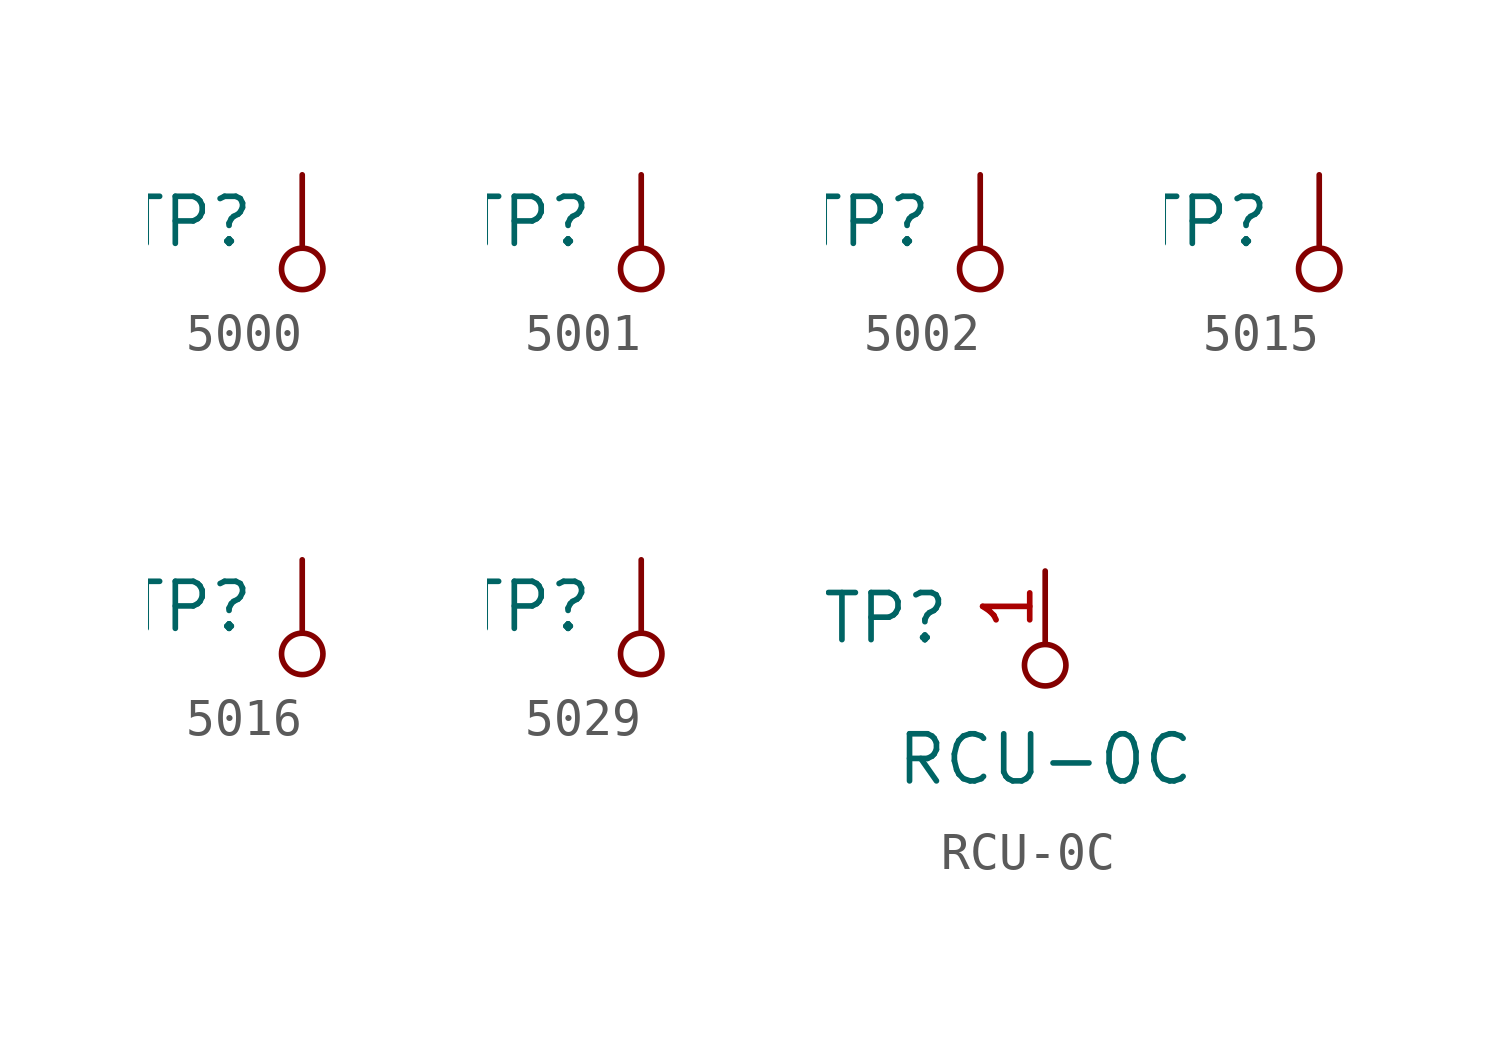
<source format=kicad_sym>
(kicad_symbol_lib
  (version 20220914)
  (generator kicad_symbol_editor)
  (symbol "5000"
    (pin_numbers hide)
    (pin_names
      (offset 1.016) hide)
    (property "Reference" "TP"
      (at -1.27 1.27 0)
      (effects (font (size 1.27 1.27)) (justify right)))
    (symbol "5000_0_1"
      (circle (center 0 0) (radius 0.559) (stroke (width 0) (type solid)) (fill (type none))))
    (symbol "5000_1_1"
      (pin passive line (at 0 2.54 270) (length 1.905) (name "~" (effects (font (size 1.27 1.27)))) (number "1" (effects (font (size 1.27 1.27)))))))
  (symbol "5001"
    (pin_numbers hide)
    (pin_names
      (offset 1.016) hide)
    (property "Reference" "TP"
      (at -1.27 1.27 0)
      (effects (font (size 1.27 1.27)) (justify right)))
    (symbol "5001_0_1"
      (circle (center 0 0) (radius 0.559) (stroke (width 0) (type solid)) (fill (type none))))
    (symbol "5001_1_1"
      (pin passive line (at 0 2.54 270) (length 1.905) (name "~" (effects (font (size 1.27 1.27)))) (number "1" (effects (font (size 1.27 1.27)))))))
  (symbol "5002"
    (pin_numbers hide)
    (pin_names
      (offset 1.016) hide)
    (property "Reference" "TP"
      (at -1.27 1.27 0)
      (effects (font (size 1.27 1.27)) (justify right)))
    (symbol "5002_0_1"
      (circle (center 0 0) (radius 0.559) (stroke (width 0) (type solid)) (fill (type none))))
    (symbol "5002_1_1"
      (pin passive line (at 0 2.54 270) (length 1.905) (name "~" (effects (font (size 1.27 1.27)))) (number "1" (effects (font (size 1.27 1.27)))))))
  (symbol "5015"
    (pin_numbers hide)
    (pin_names
      (offset 1.016) hide)
    (property "Reference" "TP"
      (at -1.27 1.27 0)
      (effects (font (size 1.27 1.27)) (justify right)))
    (symbol "5015_0_1"
      (circle (center 0 0) (radius 0.559) (stroke (width 0) (type solid)) (fill (type none))))
    (symbol "5015_1_1"
      (pin passive line (at 0 2.54 270) (length 1.905) (name "~" (effects (font (size 1.27 1.27)))) (number "1" (effects (font (size 1.27 1.27)))))))
  (symbol "5016"
    (pin_numbers hide)
    (pin_names
      (offset 1.016) hide)
    (property "Reference" "TP"
      (at -1.27 1.27 0)
      (effects (font (size 1.27 1.27)) (justify right)))
    (symbol "5016_0_1"
      (circle (center 0 0) (radius 0.559) (stroke (width 0) (type solid)) (fill (type none))))
    (symbol "5016_1_1"
      (pin passive line (at 0 2.54 270) (length 1.905) (name "~" (effects (font (size 1.27 1.27)))) (number "1" (effects (font (size 1.27 1.27)))))))
  (symbol "5029"
    (pin_numbers hide)
    (pin_names
      (offset 1.016) hide)
    (property "Reference" "TP"
      (at -1.27 1.27 0)
      (effects (font (size 1.27 1.27)) (justify right)))
    (symbol "5029_0_1"
      (circle (center 0 0) (radius 0.559) (stroke (width 0) (type solid)) (fill (type none))))
    (symbol "5029_1_1"
      (pin passive line (at 0 2.54 270) (length 1.905) (name "~" (effects (font (size 1.27 1.27)))) (number "1" (effects (font (size 1.27 1.27)))))))
  (symbol "RCU-0C"
    (pin_names
      (offset 1.016))
    (property "Reference" "TP"
      (at -2.54 1.27 0)
      (effects (font (size 1.27 1.27)) (justify right)))
    (property "Value" "RCU-0C"
      (at 0 -2.54 0)
      (effects (font (size 1.27 1.27))))
    (symbol "RCU-0C_0_1"
      (circle (center 0 0) (radius 0.559) (stroke (width 0) (type solid)) (fill (type none))))
    (symbol "RCU-0C_1_1"
      (pin passive line (at 0 2.54 270) (length 1.905) (name "~" (effects (font (size 1.27 1.27)))) (number "1" (effects (font (size 1.27 1.27))))))))
</source>
